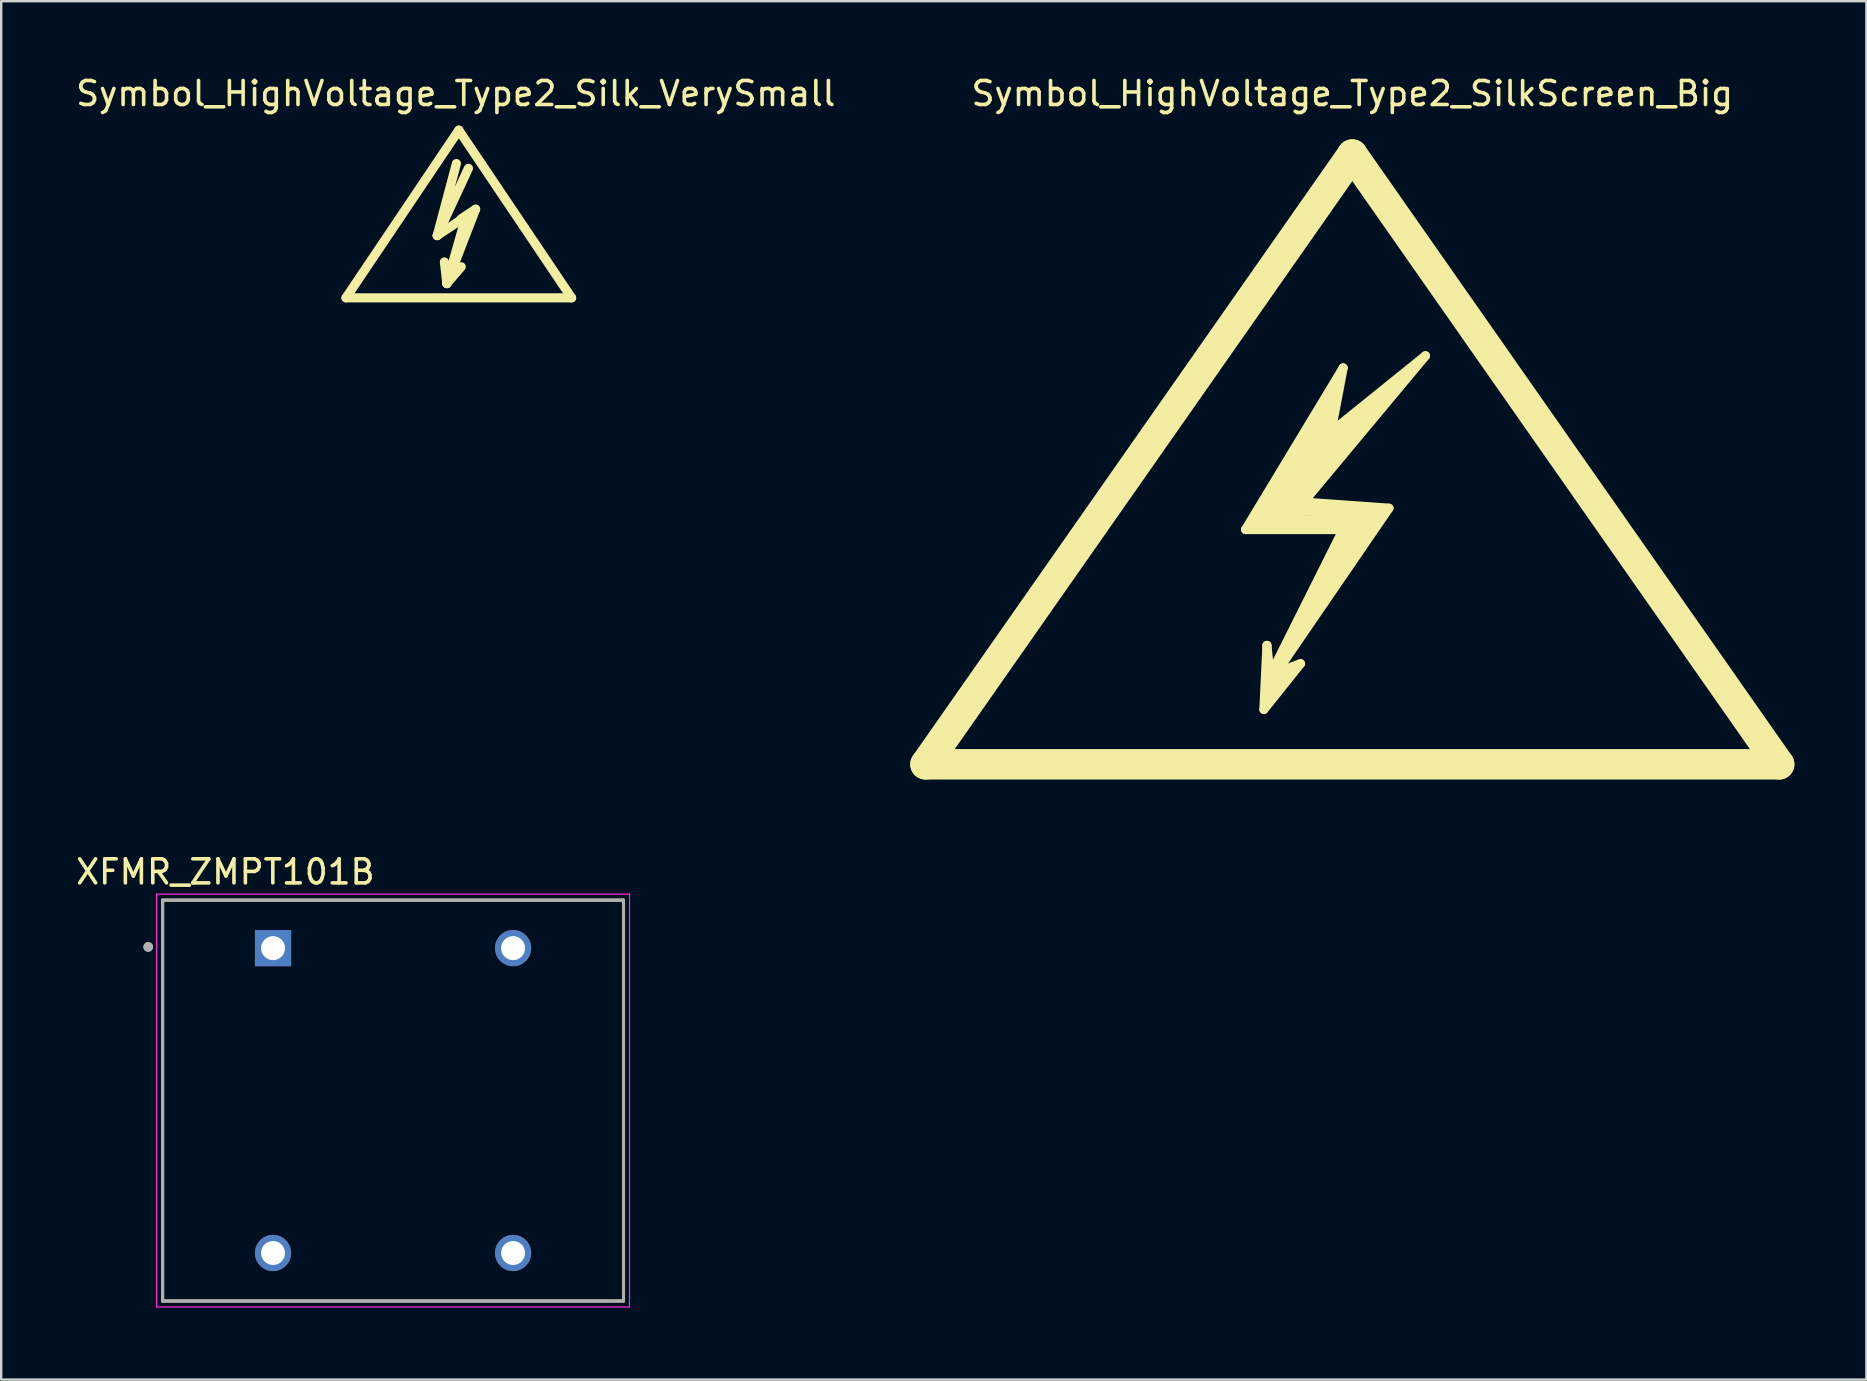
<source format=kicad_pcb>
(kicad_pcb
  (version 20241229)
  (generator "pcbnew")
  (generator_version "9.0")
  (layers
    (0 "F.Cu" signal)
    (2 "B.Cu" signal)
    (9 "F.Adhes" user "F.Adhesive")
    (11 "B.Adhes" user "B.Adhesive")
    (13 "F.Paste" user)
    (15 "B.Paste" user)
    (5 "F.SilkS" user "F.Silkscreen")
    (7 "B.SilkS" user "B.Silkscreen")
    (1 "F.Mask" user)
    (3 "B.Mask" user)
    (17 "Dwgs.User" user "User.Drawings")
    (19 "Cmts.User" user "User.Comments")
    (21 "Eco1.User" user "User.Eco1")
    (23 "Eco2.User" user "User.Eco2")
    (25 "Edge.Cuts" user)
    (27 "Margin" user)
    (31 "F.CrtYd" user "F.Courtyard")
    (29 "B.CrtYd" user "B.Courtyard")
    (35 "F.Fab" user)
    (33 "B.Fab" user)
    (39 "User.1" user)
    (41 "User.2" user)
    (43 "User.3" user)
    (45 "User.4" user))
  (footprint "XFMR_ZMPT101B"
    (layer "F.Cu")
    (at 13.324 42.797)
    (property "Reference" "XFMR_ZMPT101B" (at -6.985 -9.525 0) (layer "F.SilkS") (effects (font (size 1 1) (thickness 0.15))))
    (attr through_hole)
    (fp_line (start -9.6 -8.35) (end 9.6 -8.35) (stroke (width 0.127) (type solid)) (layer "F.SilkS"))
    (fp_line (start -9.6 8.35) (end -9.6 -8.35) (stroke (width 0.127) (type solid)) (layer "F.SilkS"))
    (fp_line (start 9.6 -8.35) (end 9.6 8.35) (stroke (width 0.127) (type solid)) (layer "F.SilkS"))
    (fp_line (start 9.6 8.35) (end -9.6 8.35) (stroke (width 0.127) (type solid)) (layer "F.SilkS"))
    (fp_circle (center -10.2 -6.4) (end -10.1 -6.4) (stroke (width 0.2) (type solid)) (fill no) (layer "F.SilkS"))
    (fp_line (start -9.85 -8.6) (end 9.85 -8.6) (stroke (width 0.05) (type solid)) (layer "F.CrtYd"))
    (fp_line (start -9.85 8.6) (end -9.85 -8.6) (stroke (width 0.05) (type solid)) (layer "F.CrtYd"))
    (fp_line (start 9.85 -8.6) (end 9.85 8.6) (stroke (width 0.05) (type solid)) (layer "F.CrtYd"))
    (fp_line (start 9.85 8.6) (end -9.85 8.6) (stroke (width 0.05) (type solid)) (layer "F.CrtYd"))
    (fp_line (start -9.6 -8.35) (end 9.6 -8.35) (stroke (width 0.127) (type solid)) (layer "F.Fab"))
    (fp_line (start -9.6 8.35) (end -9.6 -8.35) (stroke (width 0.127) (type solid)) (layer "F.Fab"))
    (fp_line (start 9.6 -8.35) (end 9.6 8.35) (stroke (width 0.127) (type solid)) (layer "F.Fab"))
    (fp_line (start 9.6 8.35) (end -9.6 8.35) (stroke (width 0.127) (type solid)) (layer "F.Fab"))
    (fp_circle (center -10.2 -6.4) (end -10.1 -6.4) (stroke (width 0.2) (type solid)) (fill no) (layer "F.Fab"))
    (pad "1" thru_hole rect (at -5 -6.35) (size 1.508 1.508) (drill 1) (layers "*.Cu" "*.Mask"))
    (pad "2" thru_hole circle (at -5 6.35) (size 1.508 1.508) (drill 1) (layers "*.Cu" "*.Mask"))
    (pad "3" thru_hole circle (at 5 6.35) (size 1.508 1.508) (drill 1) (layers "*.Cu" "*.Mask"))
    (pad "4" thru_hole circle (at 5 -6.35) (size 1.508 1.508) (drill 1) (layers "*.Cu" "*.Mask")))
  (footprint "Symbol_HighVoltage_Type2_SilkScreen_Big"
    (layer "F.Cu")
    (at 53.284 18.628)
    (property "Reference" "Symbol_HighVoltage_Type2_SilkScreen_Big" (at 0 -17.78 0) (layer "F.SilkS") (effects (font (size 1 1) (thickness 0.15))))
    (attr exclude_from_pos_files exclude_from_bom)
    (fp_line (start -17.78 10.16) (end 0 -15.24) (stroke (width 1.27) (type solid)) (layer "F.SilkS"))
    (fp_line (start -4.445 0.381) (end -0.381 0.381) (stroke (width 0.381) (type solid)) (layer "F.SilkS"))
    (fp_line (start -4.064 0.254) (end -0.889 -4.318) (stroke (width 0.381) (type solid)) (layer "F.SilkS"))
    (fp_line (start -3.683 0.127) (end -1.016 -3.556) (stroke (width 0.381) (type solid)) (layer "F.SilkS"))
    (fp_line (start -3.683 7.874) (end -2.159 5.969) (stroke (width 0.381) (type solid)) (layer "F.SilkS"))
    (fp_line (start -3.556 5.207) (end -3.683 7.874) (stroke (width 0.381) (type solid)) (layer "F.SilkS"))
    (fp_line (start -3.556 7.239) (end -3.175 6.35) (stroke (width 0.381) (type solid)) (layer "F.SilkS"))
    (fp_line (start -3.429 6.477) (end -3.556 5.207) (stroke (width 0.381) (type solid)) (layer "F.SilkS"))
    (fp_line (start -3.302 0.127) (end 1.397 -5.207) (stroke (width 0.381) (type solid)) (layer "F.SilkS"))
    (fp_line (start -3.175 6.096) (end -3.048 6.223) (stroke (width 0.381) (type solid)) (layer "F.SilkS"))
    (fp_line (start -3.175 6.35) (end -3.048 5.969) (stroke (width 0.381) (type solid)) (layer "F.SilkS"))
    (fp_line (start -3.175 6.35) (end 1.524 -0.508) (stroke (width 0.381) (type solid)) (layer "F.SilkS"))
    (fp_line (start -3.048 5.969) (end -3.175 6.096) (stroke (width 0.381) (type solid)) (layer "F.SilkS"))
    (fp_line (start -2.921 0.254) (end 0.762 0.127) (stroke (width 0.381) (type solid)) (layer "F.SilkS"))
    (fp_line (start -2.794 6.477) (end -3.556 7.239) (stroke (width 0.381) (type solid)) (layer "F.SilkS"))
    (fp_line (start -2.667 5.461) (end 0.127 0.127) (stroke (width 0.381) (type solid)) (layer "F.SilkS"))
    (fp_line (start -2.413 0) (end 0.635 -0.127) (stroke (width 0.381) (type solid)) (layer "F.SilkS"))
    (fp_line (start -2.286 -1.524) (end 0.254 -4.445) (stroke (width 0.381) (type solid)) (layer "F.SilkS"))
    (fp_line (start -2.286 -1.016) (end -2.032 -0.381) (stroke (width 0.381) (type solid)) (layer "F.SilkS"))
    (fp_line (start -2.286 -0.381) (end -2.413 0) (stroke (width 0.381) (type solid)) (layer "F.SilkS"))
    (fp_line (start -2.159 5.969) (end -3.175 6.35) (stroke (width 0.381) (type solid)) (layer "F.SilkS"))
    (fp_line (start -2.032 -0.762) (end 3.048 -6.858) (stroke (width 0.381) (type solid)) (layer "F.SilkS"))
    (fp_line (start -1.016 -3.556) (end -3.302 0.127) (stroke (width 0.381) (type solid)) (layer "F.SilkS"))
    (fp_line (start -0.889 -4.318) (end -3.683 0.127) (stroke (width 0.381) (type solid)) (layer "F.SilkS"))
    (fp_line (start -0.889 -3.683) (end -0.381 -6.35) (stroke (width 0.381) (type solid)) (layer "F.SilkS"))
    (fp_line (start -0.762 -5.588) (end -0.889 -4.953) (stroke (width 0.381) (type solid)) (layer "F.SilkS"))
    (fp_line (start -0.762 -5.08) (end -4.064 0.254) (stroke (width 0.381) (type solid)) (layer "F.SilkS"))
    (fp_line (start -0.381 -6.35) (end -4.445 0.381) (stroke (width 0.381) (type solid)) (layer "F.SilkS"))
    (fp_line (start -0.381 0.381) (end -3.429 6.477) (stroke (width 0.381) (type solid)) (layer "F.SilkS"))
    (fp_line (start 0 -15.24) (end 17.78 10.16) (stroke (width 1.27) (type solid)) (layer "F.SilkS"))
    (fp_line (start 0.127 0.127) (end 0.762 0.127) (stroke (width 0.381) (type solid)) (layer "F.SilkS"))
    (fp_line (start 0.254 -4.445) (end -2.921 0.254) (stroke (width 0.381) (type solid)) (layer "F.SilkS"))
    (fp_line (start 0.635 -0.127) (end -2.667 5.461) (stroke (width 0.381) (type solid)) (layer "F.SilkS"))
    (fp_line (start 0.762 0.127) (end -0.508 2.159) (stroke (width 0.381) (type solid)) (layer "F.SilkS"))
    (fp_line (start 0.762 0.127) (end 1.143 -0.381) (stroke (width 0.381) (type solid)) (layer "F.SilkS"))
    (fp_line (start 1.143 -0.381) (end -2.286 -0.381) (stroke (width 0.381) (type solid)) (layer "F.SilkS"))
    (fp_line (start 1.397 -5.207) (end -2.286 -1.524) (stroke (width 0.381) (type solid)) (layer "F.SilkS"))
    (fp_line (start 1.524 -0.508) (end -2.032 -0.762) (stroke (width 0.381) (type solid)) (layer "F.SilkS"))
    (fp_line (start 1.778 -5.461) (end -1.143 -3.175) (stroke (width 0.381) (type solid)) (layer "F.SilkS"))
    (fp_line (start 3.048 -6.858) (end -0.889 -3.683) (stroke (width 0.381) (type solid)) (layer "F.SilkS"))
    (fp_line (start 17.78 10.16) (end -17.78 10.16) (stroke (width 1.27) (type solid)) (layer "F.SilkS")))
  (footprint "Symbol_HighVoltage_Type2_Silk_VerySmall"
    (layer "F.Cu")
    (at 16.062 6.563)
    (property "Reference" "Symbol_HighVoltage_Type2_Silk_VerySmall" (at -0.127 -5.715 0) (layer "F.SilkS") (effects (font (size 1 1) (thickness 0.15))))
    (attr exclude_from_pos_files exclude_from_bom)
    (fp_line (start -4.699 2.794) (end 0 -4.191) (stroke (width 0.381) (type solid)) (layer "F.SilkS"))
    (fp_line (start -0.899 0.201) (end 0.3 -0.599) (stroke (width 0.381) (type solid)) (layer "F.SilkS"))
    (fp_line (start -0.899 0.201) (end 0.401 -2.601) (stroke (width 0.381) (type solid)) (layer "F.SilkS"))
    (fp_line (start -0.498 2.2) (end -0.599 1.3) (stroke (width 0.381) (type solid)) (layer "F.SilkS"))
    (fp_line (start -0.498 2.2) (end 0.102 1.501) (stroke (width 0.381) (type solid)) (layer "F.SilkS"))
    (fp_line (start -0.498 2.2) (end 0.701 -0.899) (stroke (width 0.381) (type solid)) (layer "F.SilkS"))
    (fp_line (start -0.099 -2.799) (end -0.899 0.201) (stroke (width 0.381) (type solid)) (layer "F.SilkS"))
    (fp_line (start 0 -4.191) (end 4.699 2.794) (stroke (width 0.381) (type solid)) (layer "F.SilkS"))
    (fp_line (start 0.3 -0.599) (end -0.498 2.2) (stroke (width 0.381) (type solid)) (layer "F.SilkS"))
    (fp_line (start 0.701 -0.899) (end 0.102 -0.5) (stroke (width 0.381) (type solid)) (layer "F.SilkS"))
    (fp_line (start 4.699 2.794) (end -4.699 2.794) (stroke (width 0.381) (type solid)) (layer "F.SilkS")))
  (gr_rect
    (start -3 -3)
    (end 74.699 54.422)
    (stroke (width 0.1) (type default))
    (fill no)
    (layer "Edge.Cuts")))
</source>
